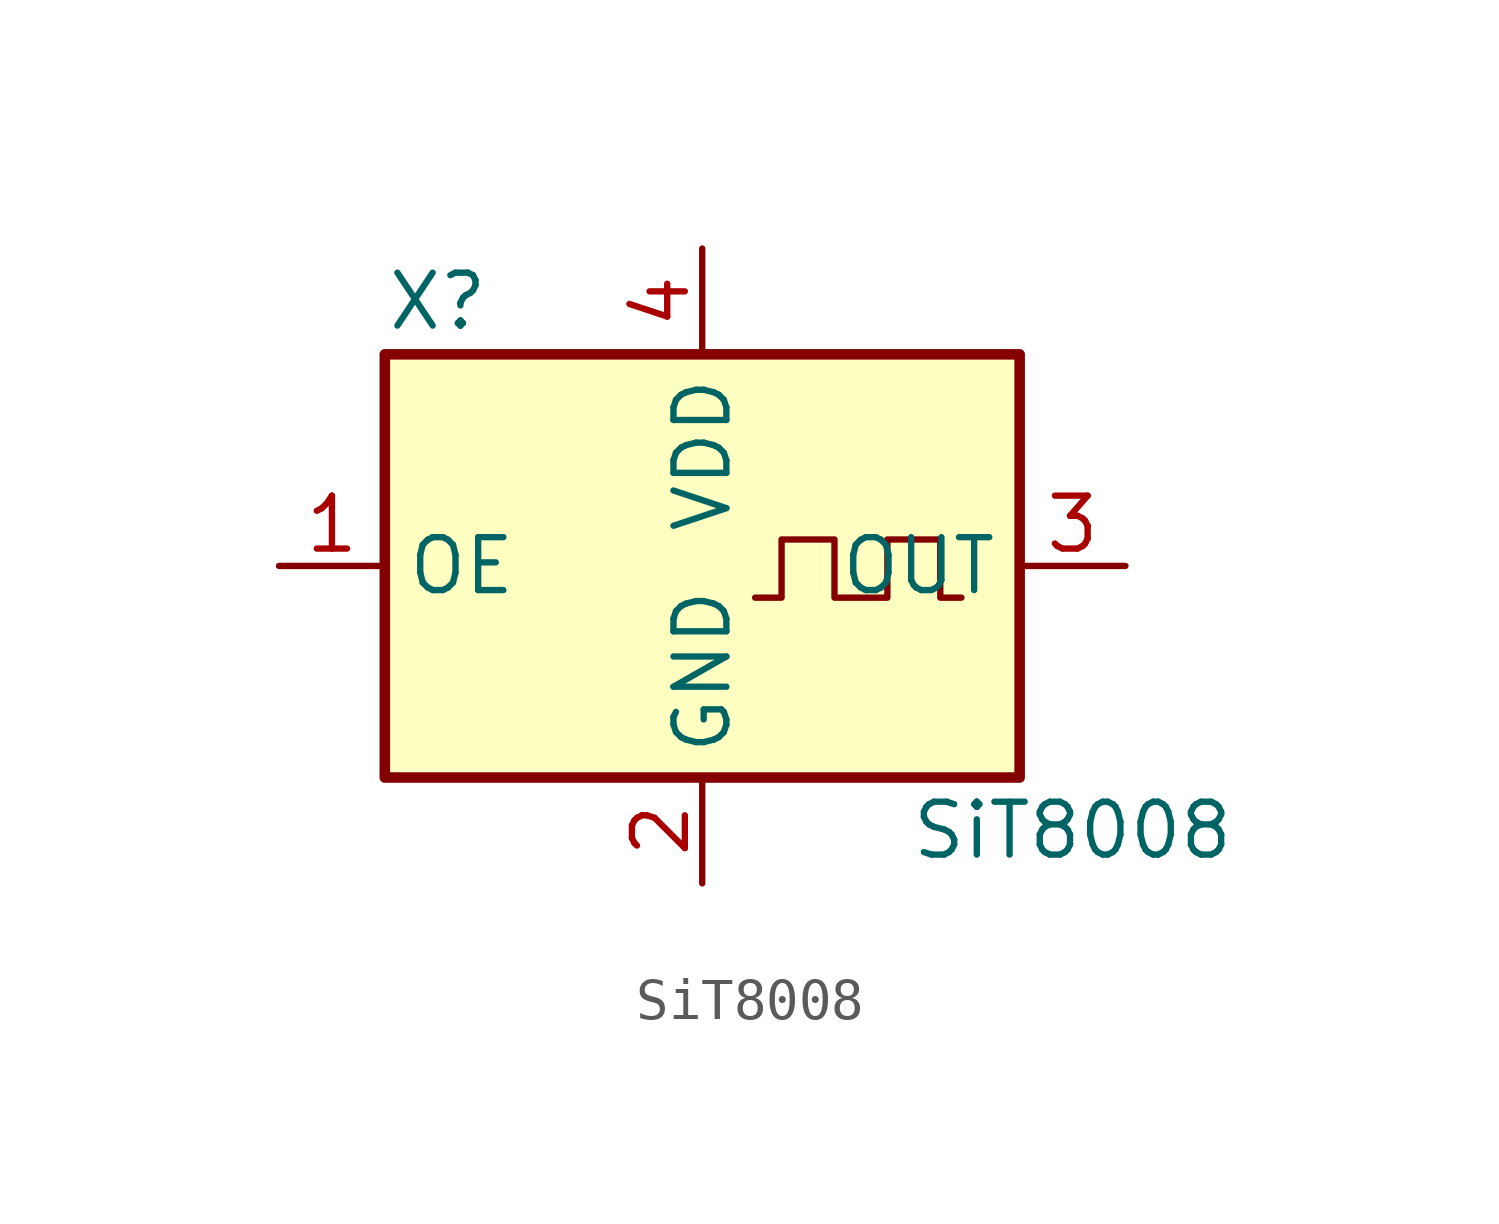
<source format=kicad_sym>
(kicad_symbol_lib
  (version 20231120)
  (generator "kicad_symbol_editor")
  (generator_version "8.0")
  (symbol "SiT8008"
    (property "Reference" "X"
      (at -6.35 6.35 0)
      (effects (font (size 1.27 1.27))))
    (property "Value" "SiT8008"
      (at 8.89 -6.35 0)
      (effects (font (size 1.27 1.27))))
    (symbol "SiT8008_0_1"
      (rectangle (start -7.62 5.08) (end 7.62 -5.08) (stroke (width 0.254) (type default)) (fill (type background)))
      (polyline (pts (xy 1.27 -0.762) (xy 1.905 -0.762) (xy 1.905 0.635) (xy 3.175 0.635) (xy 3.175 -0.762) (xy 4.445 -0.762) (xy 4.445 0.635) (xy 5.715 0.635) (xy 5.715 -0.762) (xy 6.223 -0.762)) (stroke (width 0) (type default)) (fill (type none))))
    (symbol "SiT8008_1_1"
      (pin input line (at -10.16 0 0) (length 2.54) (name "OE" (effects (font (size 1.27 1.27)))) (number "1" (effects (font (size 1.27 1.27)))))
      (pin power_in line (at 0 -7.62 90) (length 2.54) (name "GND" (effects (font (size 1.27 1.27)))) (number "2" (effects (font (size 1.27 1.27)))))
      (pin output line (at 10.16 0 180) (length 2.54) (name "OUT" (effects (font (size 1.27 1.27)))) (number "3" (effects (font (size 1.27 1.27)))))
      (pin power_in line (at 0 7.62 270) (length 2.54) (name "VDD" (effects (font (size 1.27 1.27)))) (number "4" (effects (font (size 1.27 1.27))))))))
</source>
